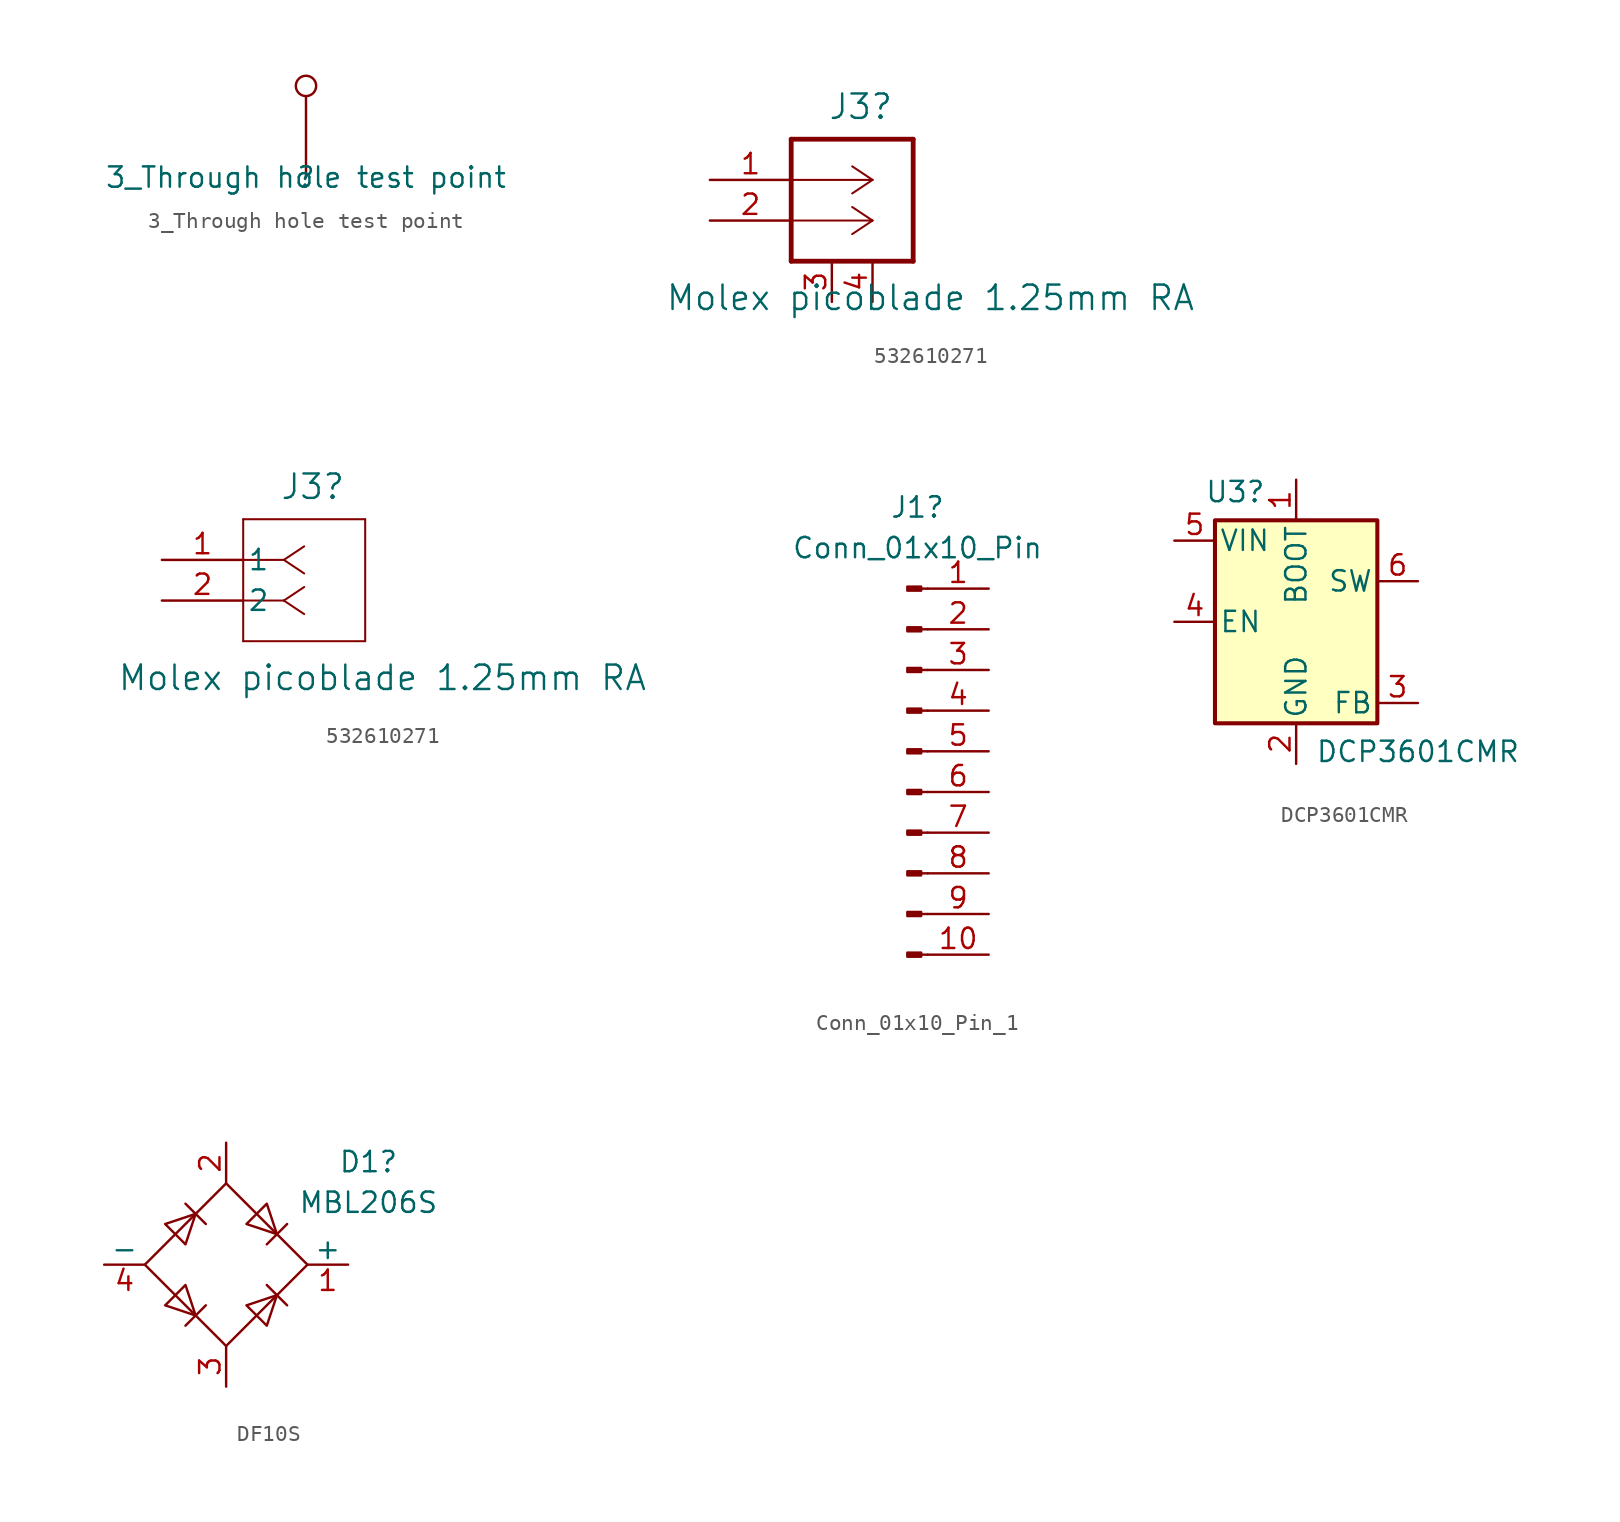
<source format=kicad_sym>
(kicad_symbol_lib
  (version 20241209)
  (generator "kicad_symbol_editor")
  (generator_version "9.0")
  (symbol "3_Through hole test point"
    (property "Reference" ""
      (at 0 0 0)
      (effects (font (size 1.27 1.27))))
    (property "Value" "3_Through hole test point"
      (at 0 0 0)
      (effects (font (size 1.27 1.27))))
    (symbol "3_Through hole test point_0_1"
      (circle (center 0 5.715) (radius 0.635) (stroke (width 0) (type default)) (fill (type none))))
    (symbol "3_Through hole test point_1_0"
      (pin passive line (at 0 0 90) (length 5.08) (name "1" (effects (font (size 0 0)))) (number "1" (effects (font (size 0 0)))))))
  (symbol "532610271"
    (pin_names
      (offset 0.254))
    (property "Reference" "J3"
      (at 7.366 4.572 0)
      (effects (font (size 1.524 1.524)) (justify left)))
    (property "Value" "Molex picoblade 1.25mm RA"
      (at -2.794 -7.366 0)
      (effects (font (size 1.524 1.524)) (justify left)))
    (symbol "532610271_1_1"
      (polyline (pts (xy 5.08 2.54) (xy 5.08 -5.08)) (stroke (width 0.3) (type solid)) (fill (type none)))
      (polyline (pts (xy 5.08 -5.08) (xy 12.7 -5.08)) (stroke (width 0.3) (type solid)) (fill (type none)))
      (polyline (pts (xy 10.16 0) (xy 5.08 0)) (stroke (width 0.127) (type default)) (fill (type none)))
      (polyline (pts (xy 10.16 0) (xy 8.89 0.847)) (stroke (width 0.127) (type default)) (fill (type none)))
      (polyline (pts (xy 10.16 0) (xy 8.89 -0.847)) (stroke (width 0.127) (type default)) (fill (type none)))
      (polyline (pts (xy 10.16 -2.54) (xy 5.08 -2.54)) (stroke (width 0.127) (type default)) (fill (type none)))
      (polyline (pts (xy 10.16 -2.54) (xy 8.89 -1.693)) (stroke (width 0.127) (type default)) (fill (type none)))
      (polyline (pts (xy 10.16 -2.54) (xy 8.89 -3.387)) (stroke (width 0.127) (type default)) (fill (type none)))
      (polyline (pts (xy 12.7 2.54) (xy 5.08 2.54)) (stroke (width 0.3) (type solid)) (fill (type none)))
      (polyline (pts (xy 12.7 -5.08) (xy 12.7 2.54)) (stroke (width 0.3) (type solid)) (fill (type none)))
      (pin passive line (at 0 0 0) (length 5.08) (name "" (effects (font (size 1.27 1.27)))) (number "1" (effects (font (size 1.27 1.27)))))
      (pin passive line (at 0 -2.54 0) (length 5.08) (name "" (effects (font (size 1.27 1.27)))) (number "2" (effects (font (size 1.27 1.27)))))
      (pin passive line (at 7.62 -7.62 90) (length 2.54) (name "" (effects (font (size 1.27 1.27)))) (number "3" (effects (font (size 1.27 1.27)))))
      (pin passive line (at 10.16 -7.62 90) (length 2.54) (name "" (effects (font (size 1.27 1.27)))) (number "4" (effects (font (size 1.27 1.27))))))
    (symbol "532610271_1_2"
      (polyline (pts (xy 5.08 2.54) (xy 5.08 -5.08)) (stroke (width 0.127) (type default)) (fill (type none)))
      (polyline (pts (xy 5.08 -5.08) (xy 12.7 -5.08)) (stroke (width 0.127) (type default)) (fill (type none)))
      (polyline (pts (xy 7.62 0) (xy 5.08 0)) (stroke (width 0.127) (type default)) (fill (type none)))
      (polyline (pts (xy 7.62 0) (xy 8.89 0.847)) (stroke (width 0.127) (type default)) (fill (type none)))
      (polyline (pts (xy 7.62 0) (xy 8.89 -0.847)) (stroke (width 0.127) (type default)) (fill (type none)))
      (polyline (pts (xy 7.62 -2.54) (xy 5.08 -2.54)) (stroke (width 0.127) (type default)) (fill (type none)))
      (polyline (pts (xy 7.62 -2.54) (xy 8.89 -1.693)) (stroke (width 0.127) (type default)) (fill (type none)))
      (polyline (pts (xy 7.62 -2.54) (xy 8.89 -3.387)) (stroke (width 0.127) (type default)) (fill (type none)))
      (polyline (pts (xy 12.7 2.54) (xy 5.08 2.54)) (stroke (width 0.127) (type default)) (fill (type none)))
      (polyline (pts (xy 12.7 -5.08) (xy 12.7 2.54)) (stroke (width 0.127) (type default)) (fill (type none)))
      (pin unspecified line (at 0 0 0) (length 5.08) (name "1" (effects (font (size 1.27 1.27)))) (number "1" (effects (font (size 1.27 1.27)))))
      (pin unspecified line (at 0 -2.54 0) (length 5.08) (name "2" (effects (font (size 1.27 1.27)))) (number "2" (effects (font (size 1.27 1.27)))))))
  (symbol "Conn_01x10_Pin_1"
    (pin_names
      (offset 1.016)
      (hide yes))
    (property "Reference" "J1"
      (at 0.635 15.24 0)
      (effects (font (size 1.27 1.27))))
    (property "Value" "Conn_01x10_Pin"
      (at 0.635 12.7 0)
      (effects (font (size 1.27 1.27))))
    (symbol "Conn_01x10_Pin_1_1_1"
      (rectangle (start 0.864 10.287) (end 0 10.033) (stroke (width 0.152) (type default)) (fill (type outline)))
      (rectangle (start 0.864 7.747) (end 0 7.493) (stroke (width 0.152) (type default)) (fill (type outline)))
      (rectangle (start 0.864 5.207) (end 0 4.953) (stroke (width 0.152) (type default)) (fill (type outline)))
      (rectangle (start 0.864 2.667) (end 0 2.413) (stroke (width 0.152) (type default)) (fill (type outline)))
      (rectangle (start 0.864 0.127) (end 0 -0.127) (stroke (width 0.152) (type default)) (fill (type outline)))
      (rectangle (start 0.864 -2.413) (end 0 -2.667) (stroke (width 0.152) (type default)) (fill (type outline)))
      (rectangle (start 0.864 -4.953) (end 0 -5.207) (stroke (width 0.152) (type default)) (fill (type outline)))
      (rectangle (start 0.864 -7.493) (end 0 -7.747) (stroke (width 0.152) (type default)) (fill (type outline)))
      (rectangle (start 0.864 -10.033) (end 0 -10.287) (stroke (width 0.152) (type default)) (fill (type outline)))
      (rectangle (start 0.864 -12.573) (end 0 -12.827) (stroke (width 0.152) (type default)) (fill (type outline)))
      (polyline (pts (xy 1.27 10.16) (xy 0.864 10.16)) (stroke (width 0.152) (type default)) (fill (type none)))
      (polyline (pts (xy 1.27 7.62) (xy 0.864 7.62)) (stroke (width 0.152) (type default)) (fill (type none)))
      (polyline (pts (xy 1.27 5.08) (xy 0.864 5.08)) (stroke (width 0.152) (type default)) (fill (type none)))
      (polyline (pts (xy 1.27 2.54) (xy 0.864 2.54)) (stroke (width 0.152) (type default)) (fill (type none)))
      (polyline (pts (xy 1.27 0) (xy 0.864 0)) (stroke (width 0.152) (type default)) (fill (type none)))
      (polyline (pts (xy 1.27 -2.54) (xy 0.864 -2.54)) (stroke (width 0.152) (type default)) (fill (type none)))
      (polyline (pts (xy 1.27 -5.08) (xy 0.864 -5.08)) (stroke (width 0.152) (type default)) (fill (type none)))
      (polyline (pts (xy 1.27 -7.62) (xy 0.864 -7.62)) (stroke (width 0.152) (type default)) (fill (type none)))
      (polyline (pts (xy 1.27 -10.16) (xy 0.864 -10.16)) (stroke (width 0.152) (type default)) (fill (type none)))
      (polyline (pts (xy 1.27 -12.7) (xy 0.864 -12.7)) (stroke (width 0.152) (type default)) (fill (type none)))
      (pin passive line (at 5.08 10.16 180) (length 3.81) (name "Pin_1" (effects (font (size 1.27 1.27)))) (number "1" (effects (font (size 1.27 1.27)))))
      (pin passive line (at 5.08 7.62 180) (length 3.81) (name "Pin_2" (effects (font (size 1.27 1.27)))) (number "2" (effects (font (size 1.27 1.27)))))
      (pin passive line (at 5.08 5.08 180) (length 3.81) (name "Pin_3" (effects (font (size 1.27 1.27)))) (number "3" (effects (font (size 1.27 1.27)))))
      (pin passive line (at 5.08 2.54 180) (length 3.81) (name "Pin_4" (effects (font (size 1.27 1.27)))) (number "4" (effects (font (size 1.27 1.27)))))
      (pin passive line (at 5.08 0 180) (length 3.81) (name "Pin_5" (effects (font (size 1.27 1.27)))) (number "5" (effects (font (size 1.27 1.27)))))
      (pin passive line (at 5.08 -2.54 180) (length 3.81) (name "Pin_6" (effects (font (size 1.27 1.27)))) (number "6" (effects (font (size 1.27 1.27)))))
      (pin passive line (at 5.08 -5.08 180) (length 3.81) (name "Pin_7" (effects (font (size 1.27 1.27)))) (number "7" (effects (font (size 1.27 1.27)))))
      (pin passive line (at 5.08 -7.62 180) (length 3.81) (name "Pin_8" (effects (font (size 1.27 1.27)))) (number "8" (effects (font (size 1.27 1.27)))))
      (pin passive line (at 5.08 -10.16 180) (length 3.81) (name "Pin_9" (effects (font (size 1.27 1.27)))) (number "9" (effects (font (size 1.27 1.27)))))
      (pin passive line (at 5.08 -12.7 180) (length 3.81) (name "Pin_10" (effects (font (size 1.27 1.27)))) (number "10" (effects (font (size 1.27 1.27)))))))
  (symbol "DCP3601CMR"
    (pin_names
      (offset 0.254))
    (property "Reference" "U3"
      (at -3.81 8.128 0)
      (effects (font (size 1.27 1.27))))
    (property "Value" "DCP3601CMR"
      (at 7.62 -8.128 0)
      (effects (font (size 1.27 1.27))))
    (symbol "DCP3601CMR_0_1"
      (rectangle (start -5.08 6.35) (end 5.08 -6.35) (stroke (width 0.254) (type default)) (fill (type background))))
    (symbol "DCP3601CMR_1_1"
      (pin input line (at -7.62 5.08 0) (length 2.54) (name "VIN" (effects (font (size 1.27 1.27)))) (number "5" (effects (font (size 1.27 1.27)))))
      (pin input line (at -7.62 0 0) (length 2.54) (name "EN" (effects (font (size 1.27 1.27)))) (number "4" (effects (font (size 1.27 1.27)))))
      (pin passive line (at 0 8.89 270) (length 2.54) (name "BOOT" (effects (font (size 1.27 1.27)))) (number "1" (effects (font (size 1.27 1.27)))))
      (pin passive line (at 0 -8.89 90) (length 2.54) (name "GND" (effects (font (size 1.27 1.27)))) (number "2" (effects (font (size 1.27 1.27)))))
      (pin power_out line (at 7.62 2.54 180) (length 2.54) (name "SW" (effects (font (size 1.27 1.27)))) (number "6" (effects (font (size 1.27 1.27)))))
      (pin passive line (at 7.62 -5.08 180) (length 2.54) (name "FB" (effects (font (size 1.27 1.27)))) (number "3" (effects (font (size 1.27 1.27)))))))
  (symbol "DF10S"
    (pin_names
      (offset 0))
    (property "Reference" "D1"
      (at 8.89 6.42 0)
      (effects (font (size 1.27 1.27))))
    (property "Value" "MBL206S"
      (at 8.89 3.88 0)
      (effects (font (size 1.27 1.27))))
    (symbol "DF10S_0_1"
      (polyline (pts (xy -5.08 0) (xy 0 -5.08) (xy 5.08 0) (xy 0 5.08) (xy -5.08 0)) (stroke (width 0) (type default)) (fill (type none)))
      (polyline (pts (xy -3.81 2.54) (xy -2.54 1.27) (xy -1.905 3.175) (xy -3.81 2.54)) (stroke (width 0) (type default)) (fill (type none)))
      (polyline (pts (xy -2.54 3.81) (xy -1.27 2.54)) (stroke (width 0) (type default)) (fill (type none)))
      (polyline (pts (xy -2.54 -1.27) (xy -3.81 -2.54) (xy -1.905 -3.175) (xy -2.54 -1.27)) (stroke (width 0) (type default)) (fill (type none)))
      (polyline (pts (xy -1.27 -2.54) (xy -2.54 -3.81)) (stroke (width 0) (type default)) (fill (type none)))
      (polyline (pts (xy 1.27 2.54) (xy 2.54 3.81) (xy 3.175 1.905) (xy 1.27 2.54)) (stroke (width 0) (type default)) (fill (type none)))
      (polyline (pts (xy 2.54 1.27) (xy 3.81 2.54)) (stroke (width 0) (type default)) (fill (type none)))
      (polyline (pts (xy 2.54 -1.27) (xy 3.81 -2.54)) (stroke (width 0) (type default)) (fill (type none)))
      (polyline (pts (xy 3.175 -1.905) (xy 1.27 -2.54) (xy 2.54 -3.81) (xy 3.175 -1.905)) (stroke (width 0) (type default)) (fill (type none))))
    (symbol "DF10S_1_1"
      (pin passive line (at -7.62 0 0) (length 2.54) (name "-" (effects (font (size 1.27 1.27)))) (number "4" (effects (font (size 1.27 1.27)))))
      (pin passive line (at 0 7.62 270) (length 2.54) (name "~" (effects (font (size 1.27 1.27)))) (number "2" (effects (font (size 1.27 1.27)))))
      (pin passive line (at 0 -7.62 90) (length 2.54) (name "~" (effects (font (size 1.27 1.27)))) (number "3" (effects (font (size 1.27 1.27)))))
      (pin passive line (at 7.62 0 180) (length 2.54) (name "+" (effects (font (size 1.27 1.27)))) (number "1" (effects (font (size 1.27 1.27))))))))
</source>
